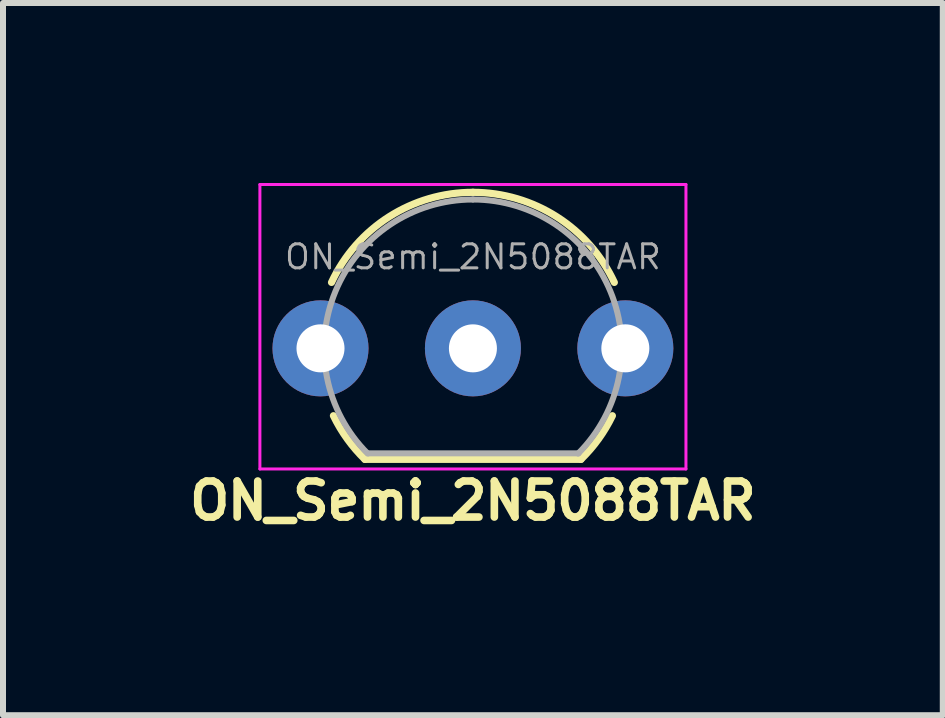
<source format=kicad_pcb>
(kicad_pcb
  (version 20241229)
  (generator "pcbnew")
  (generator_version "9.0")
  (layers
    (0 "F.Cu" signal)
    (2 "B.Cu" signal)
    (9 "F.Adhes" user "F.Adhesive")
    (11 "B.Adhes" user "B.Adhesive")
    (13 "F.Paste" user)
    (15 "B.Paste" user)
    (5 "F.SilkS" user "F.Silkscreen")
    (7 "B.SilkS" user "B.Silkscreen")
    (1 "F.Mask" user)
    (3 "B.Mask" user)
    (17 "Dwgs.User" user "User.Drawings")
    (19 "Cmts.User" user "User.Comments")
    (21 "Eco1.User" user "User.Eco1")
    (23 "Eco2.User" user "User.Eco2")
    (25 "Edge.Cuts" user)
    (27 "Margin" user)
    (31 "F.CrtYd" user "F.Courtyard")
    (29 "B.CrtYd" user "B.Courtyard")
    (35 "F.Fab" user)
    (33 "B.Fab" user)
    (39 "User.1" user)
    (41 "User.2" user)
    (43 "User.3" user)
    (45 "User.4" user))
  (footprint "ON_Semi_2N5088TAR"
    (layer "F.Cu")
    (at 4.831 2.755)
    (property "Reference" "ON_Semi_2N5088TAR" (at 0 2.54 0) (layer "F.SilkS") (effects (font (size 0.6 0.6) (thickness 0.127))))
    (attr through_hole)
    (fp_line (start -1.8 1.85) (end 1.8 1.85) (stroke (width 0.12) (type solid)) (layer "F.SilkS"))
    (fp_arc (start -2.3564 -1.098807) (mid -1.396979 -2.192817) (end 0 -2.6) (stroke (width 0.12) (type solid)) (layer "F.SilkS"))
    (fp_arc (start -1.8 1.85) (mid -2.093903 1.509328) (end -2.324184 1.122795) (stroke (width 0.12) (type solid)) (layer "F.SilkS"))
    (fp_arc (start 0 -2.6) (mid 1.396979 -2.192818) (end 2.3564 -1.098807) (stroke (width 0.12) (type solid)) (layer "F.SilkS"))
    (fp_arc (start 2.324184 1.122795) (mid 2.093903 1.509328) (end 1.8 1.85) (stroke (width 0.12) (type solid)) (layer "F.SilkS"))
    (fp_line (start -3.55 -2.73) (end -3.55 2.01) (stroke (width 0.05) (type solid)) (layer "F.CrtYd"))
    (fp_line (start -3.55 -2.73) (end 3.55 -2.73) (stroke (width 0.05) (type solid)) (layer "F.CrtYd"))
    (fp_line (start 3.55 2.01) (end -3.55 2.01) (stroke (width 0.05) (type solid)) (layer "F.CrtYd"))
    (fp_line (start 3.55 2.01) (end 3.55 -2.73) (stroke (width 0.05) (type solid)) (layer "F.CrtYd"))
    (fp_line (start -1.74 1.75) (end 1.76 1.75) (stroke (width 0.1) (type solid)) (layer "F.Fab"))
    (fp_arc (start -1.753625 1.753625) (mid -2.291221 -0.949055) (end 0 -2.48) (stroke (width 0.1) (type solid)) (layer "F.Fab"))
    (fp_arc (start 0 -2.48) (mid 2.291221 -0.949055) (end 1.753625 1.753625) (stroke (width 0.1) (type solid)) (layer "F.Fab"))
    (fp_text user "${REFERENCE}" (at 0 -1.524 0) (layer "F.Fab") (effects (font (size 0.4 0.4) (thickness 0.05))))
    (pad "1" thru_hole circle (at -2.54 0 90) (size 1.6 1.6) (drill 0.8) (layers "*.Cu" "*.Mask"))
    (pad "2" thru_hole circle (at 0 0 90) (size 1.6 1.6) (drill 0.8) (layers "*.Cu" "*.Mask"))
    (pad "3" thru_hole circle (at 2.54 0 90) (size 1.6 1.6) (drill 0.8) (layers "*.Cu" "*.Mask")))
  (gr_rect
    (start -3 -3)
    (end 12.661 8.869)
    (stroke (width 0.1) (type default))
    (fill no)
    (layer "Edge.Cuts")))
</source>
